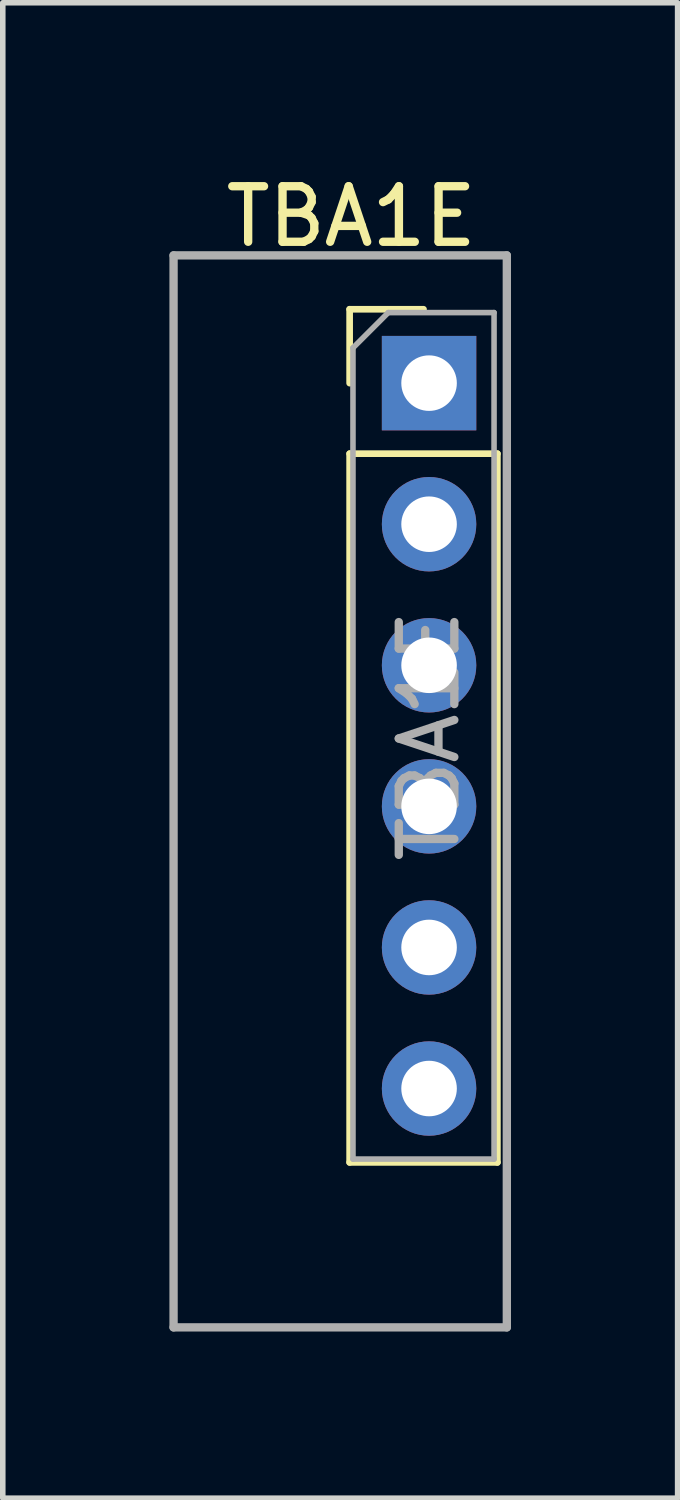
<source format=kicad_pcb>
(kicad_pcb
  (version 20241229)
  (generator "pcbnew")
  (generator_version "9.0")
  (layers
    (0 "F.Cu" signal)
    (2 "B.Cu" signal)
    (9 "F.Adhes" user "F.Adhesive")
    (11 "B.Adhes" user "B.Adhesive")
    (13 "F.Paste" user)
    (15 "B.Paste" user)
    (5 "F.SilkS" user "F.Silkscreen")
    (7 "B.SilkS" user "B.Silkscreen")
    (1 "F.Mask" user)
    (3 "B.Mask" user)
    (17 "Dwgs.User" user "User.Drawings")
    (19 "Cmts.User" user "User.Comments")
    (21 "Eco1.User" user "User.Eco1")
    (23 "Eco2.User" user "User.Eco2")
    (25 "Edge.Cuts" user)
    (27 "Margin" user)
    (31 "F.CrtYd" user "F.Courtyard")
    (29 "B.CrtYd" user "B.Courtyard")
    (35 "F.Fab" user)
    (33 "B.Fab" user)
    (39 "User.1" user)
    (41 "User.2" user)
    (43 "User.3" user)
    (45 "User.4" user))
  (footprint "TBA1E"
    (layer "F.Cu")
    (at 3.075 4.848)
    (property "Reference" "TBA1E" (at 0.2 -4 0) (layer "F.SilkS") (effects (font (size 1 1) (thickness 0.15))))
    (attr through_hole)
    (fp_line (start 0.17 -2.33) (end 1.5 -2.33) (stroke (width 0.12) (type solid)) (layer "F.SilkS"))
    (fp_line (start 0.17 -1) (end 0.17 -2.33) (stroke (width 0.12) (type solid)) (layer "F.SilkS"))
    (fp_line (start 0.17 0.27) (end 0.17 13.03) (stroke (width 0.12) (type solid)) (layer "F.SilkS"))
    (fp_line (start 0.17 0.27) (end 2.83 0.27) (stroke (width 0.12) (type solid)) (layer "F.SilkS"))
    (fp_line (start 0.17 13.03) (end 2.83 13.03) (stroke (width 0.12) (type solid)) (layer "F.SilkS"))
    (fp_line (start 2.83 0.27) (end 2.83 13.03) (stroke (width 0.12) (type solid)) (layer "F.SilkS"))
    (fp_line (start -3 -3.3) (end -3 16) (stroke (width 0.15) (type solid)) (layer "F.Fab"))
    (fp_line (start 0.23 -1.635) (end 0.865 -2.27) (stroke (width 0.1) (type solid)) (layer "F.Fab"))
    (fp_line (start 0.23 12.97) (end 0.23 -1.635) (stroke (width 0.1) (type solid)) (layer "F.Fab"))
    (fp_line (start 0.865 -2.27) (end 2.77 -2.27) (stroke (width 0.1) (type solid)) (layer "F.Fab"))
    (fp_line (start 2.77 -2.27) (end 2.77 12.97) (stroke (width 0.1) (type solid)) (layer "F.Fab"))
    (fp_line (start 2.77 12.97) (end 0.23 12.97) (stroke (width 0.1) (type solid)) (layer "F.Fab"))
    (fp_line (start 3 -3.3) (end -3 -3.3) (stroke (width 0.15) (type solid)) (layer "F.Fab"))
    (fp_line (start 3 -3.3) (end 3 16) (stroke (width 0.15) (type solid)) (layer "F.Fab"))
    (fp_line (start 3 16) (end -3 16) (stroke (width 0.15) (type solid)) (layer "F.Fab"))
    (fp_text user "${REFERENCE}" (at 1.6 5.35 90) (layer "F.Fab") (effects (font (size 1 1) (thickness 0.15))))
    (pad "1" thru_hole rect (at 1.6 -1) (size 1.7 1.7) (drill 1) (layers "*.Cu" "*.Mask"))
    (pad "2" thru_hole oval (at 1.6 1.54) (size 1.7 1.7) (drill 1) (layers "*.Cu" "*.Mask"))
    (pad "3" thru_hole oval (at 1.6 4.08) (size 1.7 1.7) (drill 1) (layers "*.Cu" "*.Mask"))
    (pad "4" thru_hole oval (at 1.6 6.62) (size 1.7 1.7) (drill 1) (layers "*.Cu" "*.Mask"))
    (pad "5" thru_hole oval (at 1.6 9.16) (size 1.7 1.7) (drill 1) (layers "*.Cu" "*.Mask"))
    (pad "6" thru_hole oval (at 1.6 11.7) (size 1.7 1.7) (drill 1) (layers "*.Cu" "*.Mask")))
  (gr_rect
    (start -3 -3)
    (end 9.15 23.923)
    (stroke (width 0.1) (type default))
    (fill no)
    (layer "Edge.Cuts")))
</source>
